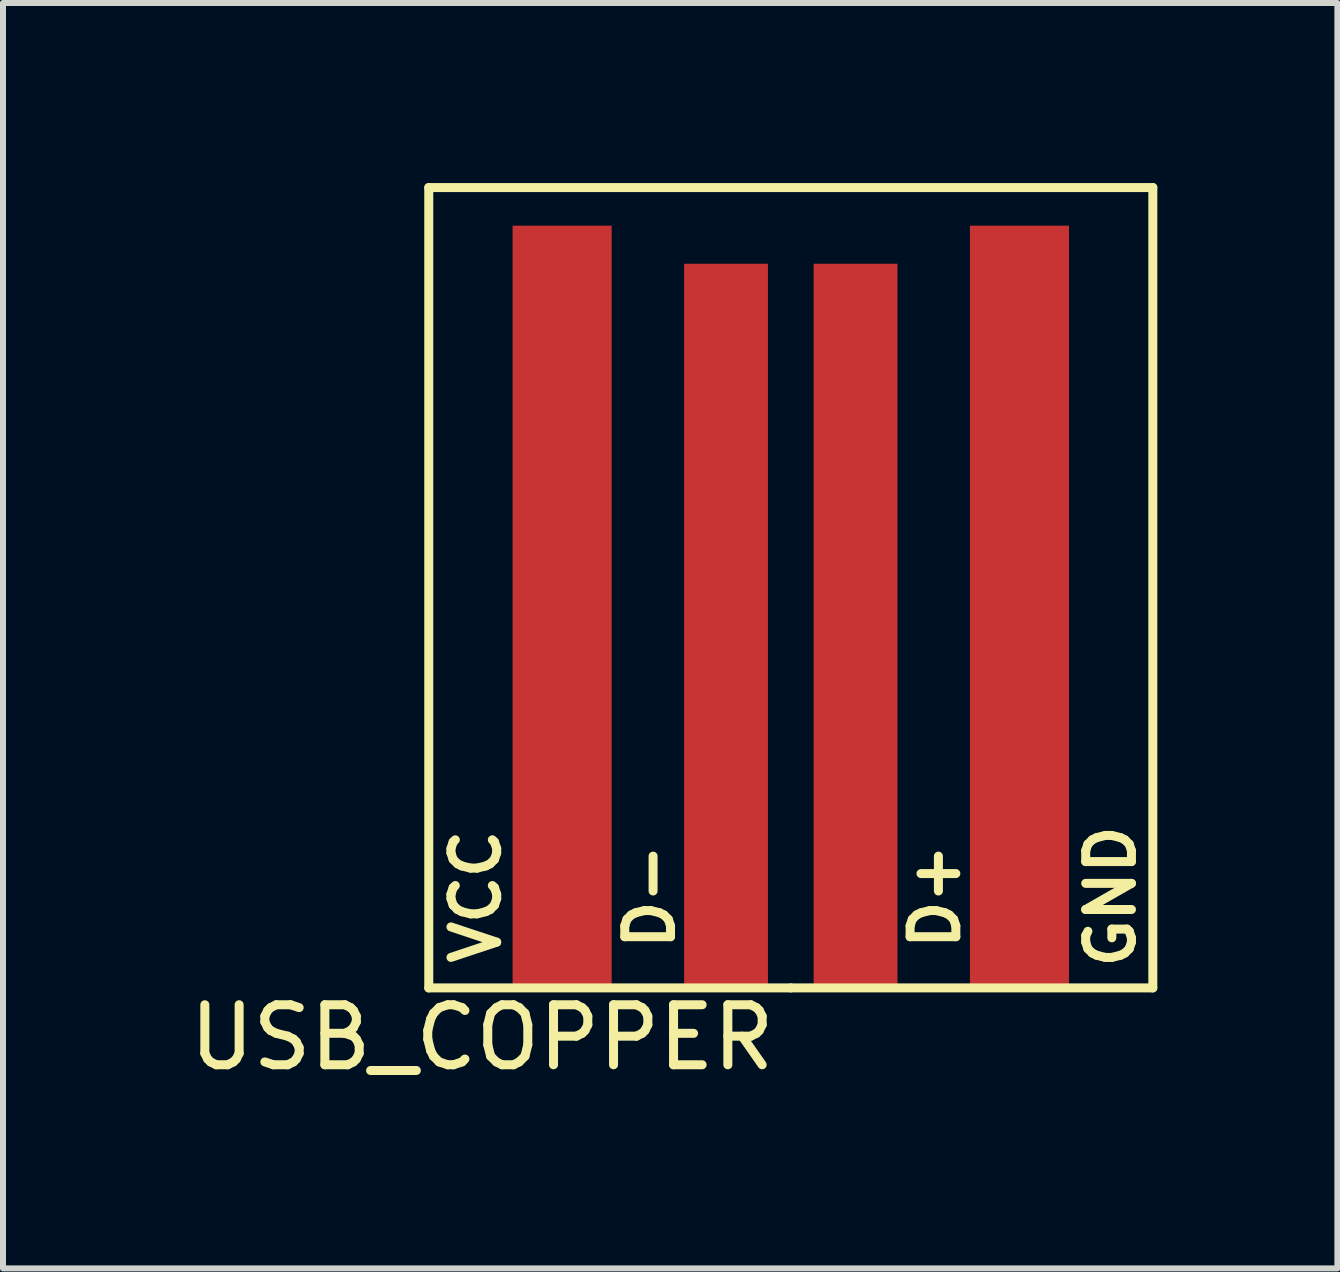
<source format=kicad_pcb>
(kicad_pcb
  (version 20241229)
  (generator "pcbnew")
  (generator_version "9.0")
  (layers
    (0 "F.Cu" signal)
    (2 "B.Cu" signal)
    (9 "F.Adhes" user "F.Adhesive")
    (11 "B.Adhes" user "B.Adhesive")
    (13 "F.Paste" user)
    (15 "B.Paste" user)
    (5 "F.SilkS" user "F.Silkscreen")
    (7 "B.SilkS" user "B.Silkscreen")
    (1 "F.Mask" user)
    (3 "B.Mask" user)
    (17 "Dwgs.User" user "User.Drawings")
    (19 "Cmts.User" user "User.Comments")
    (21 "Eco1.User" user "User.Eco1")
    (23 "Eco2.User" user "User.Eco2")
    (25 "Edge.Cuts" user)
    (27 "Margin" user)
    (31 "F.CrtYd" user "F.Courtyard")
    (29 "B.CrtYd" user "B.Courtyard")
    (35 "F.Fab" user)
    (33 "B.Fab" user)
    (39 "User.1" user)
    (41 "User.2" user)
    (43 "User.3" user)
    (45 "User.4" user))
  (footprint "USB_COPPER"
    (layer "F.Cu")
    (at 10.126 13.41)
    (property "Reference" "USB_COPPER" (at -5.144 0.826 0) (layer "F.SilkS") (effects (font (size 1 1) (thickness 0.15))))
    (attr through_hole)
    (fp_line (start -6.032 -13.335) (end 6.032 -13.335) (stroke (width 0.15) (type solid)) (layer "F.SilkS"))
    (fp_line (start -6.032 0) (end -6.032 -13.335) (stroke (width 0.15) (type solid)) (layer "F.SilkS"))
    (fp_line (start 0 0) (end -6.032 0) (stroke (width 0.15) (type solid)) (layer "F.SilkS"))
    (fp_line (start 0 0) (end 6.032 0) (stroke (width 0.15) (type solid)) (layer "F.SilkS"))
    (fp_line (start 6.032 0) (end 6.032 -13.335) (stroke (width 0.15) (type solid)) (layer "F.SilkS"))
    (fp_text user "VCC" (at -5.245 -1.524 90) (layer "F.SilkS") (effects (font (size 0.762 0.762) (thickness 0.15))))
    (fp_text user "D-" (at -2.349 -1.524 90) (layer "F.SilkS") (effects (font (size 0.762 0.762) (thickness 0.15))))
    (fp_text user "D+" (at 2.405 -1.524 90) (layer "F.SilkS") (effects (font (size 0.762 0.762) (thickness 0.15))))
    (fp_text user "GND" (at 5.331 -1.524 90) (layer "F.SilkS") (effects (font (size 0.762 0.762) (thickness 0.15))))
    (pad "1" smd rect (at -3.81 -0.635) (size 1.651 12.7) (drill (offset 0 -5.715)) (layers "F.Cu" "F.Mask" "F.Paste"))
    (pad "2" smd rect (at -1.079 -0.572) (size 1.397 12.065) (drill (offset 0 -5.461)) (layers "F.Cu" "F.Mask" "F.Paste"))
    (pad "3" smd rect (at 1.079 -0.572) (size 1.397 12.065) (drill (offset 0 -5.461)) (layers "F.Cu" "F.Mask" "F.Paste"))
    (pad "4" smd rect (at 3.81 -0.635) (size 1.651 12.7) (drill (offset 0 -5.715)) (layers "F.Cu" "F.Mask" "F.Paste")))
  (gr_rect
    (start -3 -3)
    (end 19.233 18.084)
    (stroke (width 0.1) (type default))
    (fill no)
    (layer "Edge.Cuts")))
</source>
